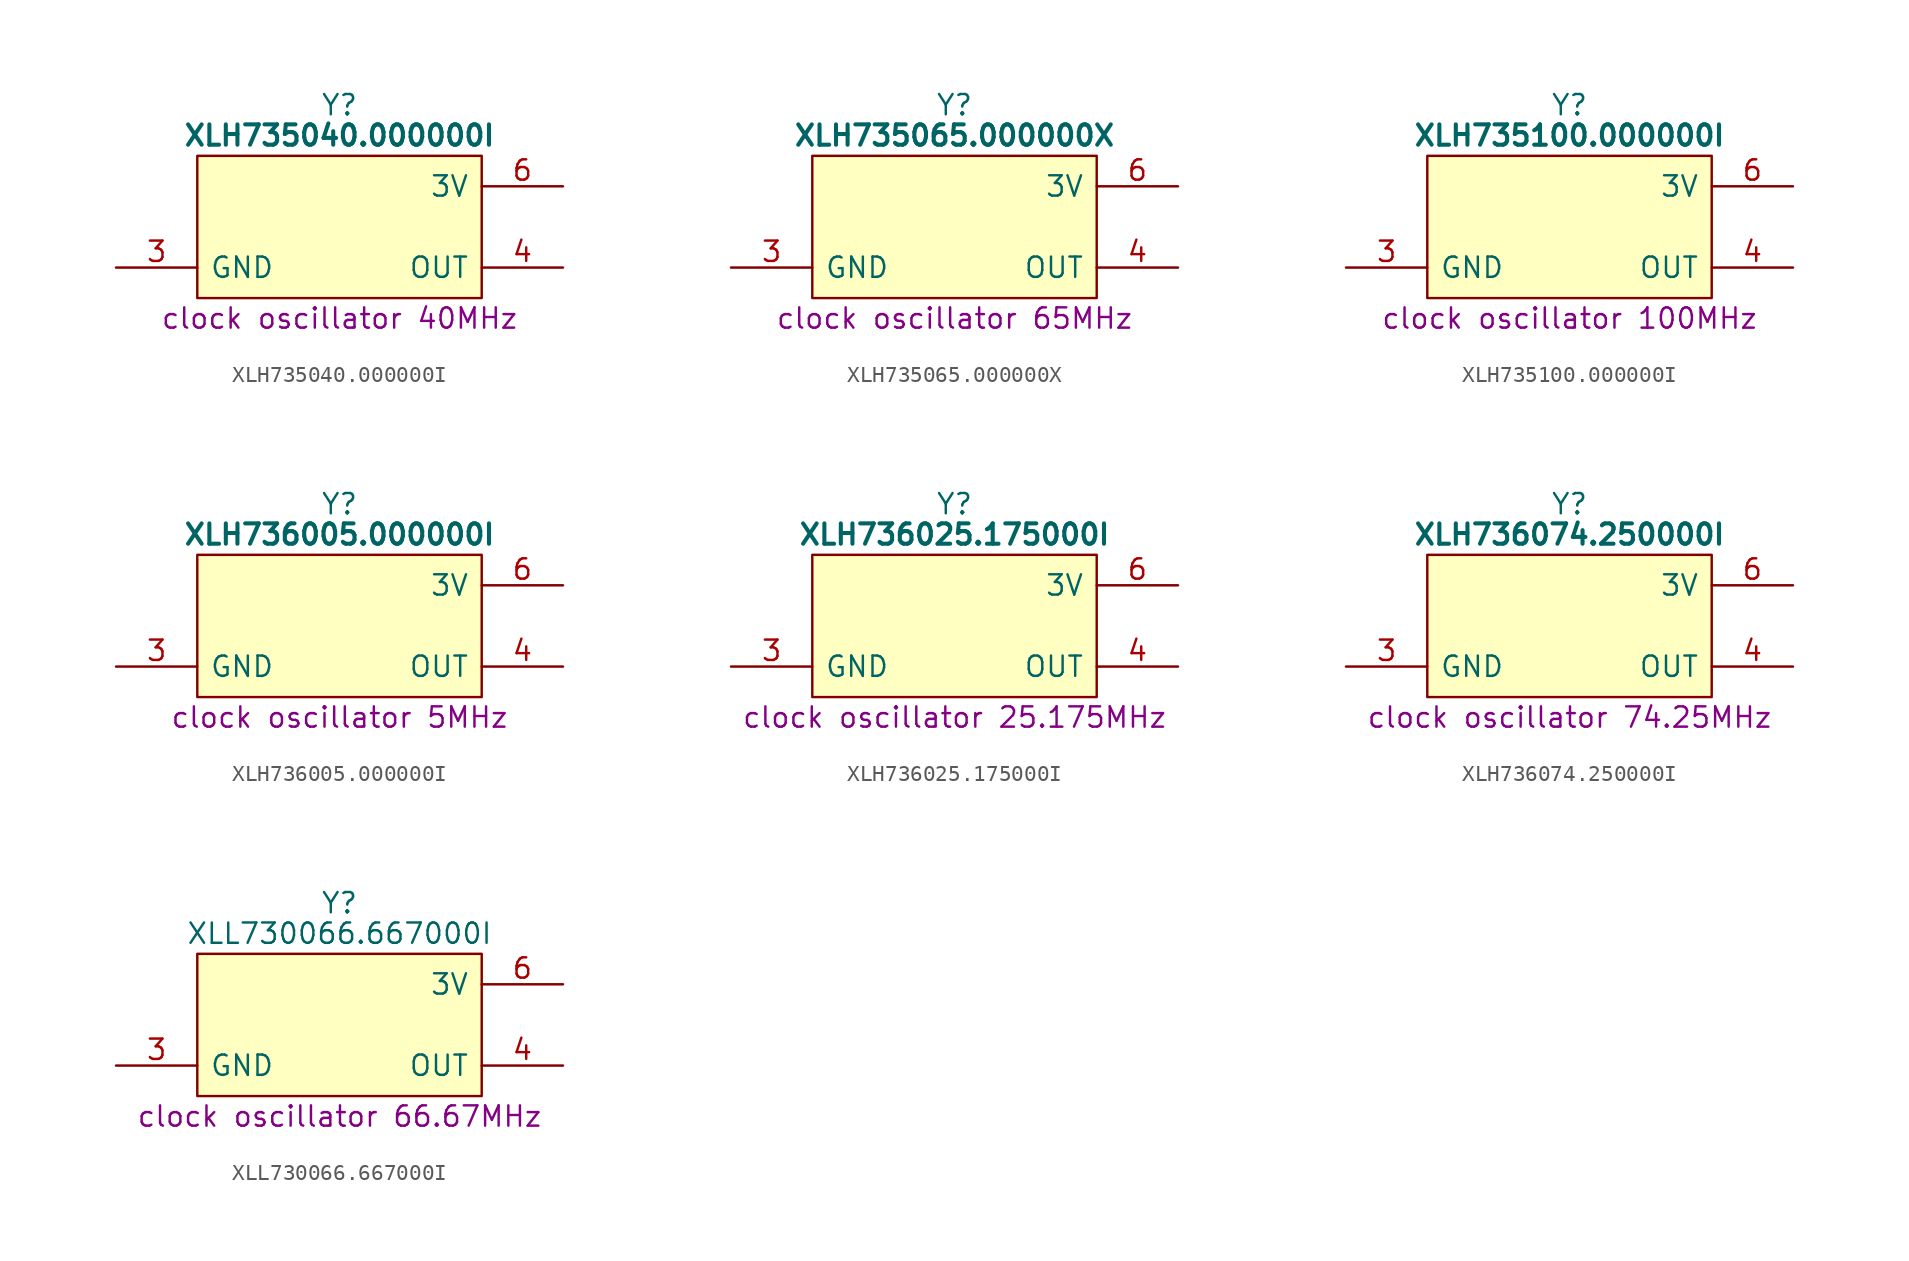
<source format=kicad_sym>
(kicad_symbol_lib
  (version 20220914)
  (generator kicad_symbol_editor)
  (symbol "XLH735040.000000I"
    (pin_names
      (offset 0.762))
    (property "Reference" "Y"
      (at 13.97 5.08 0)
      (effects (font (size 1.27 1.27))))
    (property "Value" "XLH735040.000000I"
      (at 13.97 3.175 0)
      (effects (font (size 1.27 1.27) bold)))
    (property "Description" "clock oscillator 40MHz"
      (at 13.97 -8.255 0)
      (effects (font (size 1.27 1.27))))
    (symbol "XLH735040.000000I_0_0"
      (pin no_connect line (at 0 0 0) (length 5.08) hide (name "E/D" (effects (font (size 1.27 1.27)))) (number "1" (effects (font (size 1.27 1.27)))))
      (pin no_connect line (at 0 -2.54 0) (length 5.08) hide (name "NC" (effects (font (size 1.27 1.27)))) (number "2" (effects (font (size 1.27 1.27)))))
      (pin output line (at 27.94 -5.08 180) (length 5.08) (name "OUT" (effects (font (size 1.27 1.27)))) (number "4" (effects (font (size 1.27 1.27)))))
      (pin no_connect line (at 27.94 -2.54 180) (length 5.08) hide (name "OUT2" (effects (font (size 1.27 1.27)))) (number "5" (effects (font (size 1.27 1.27))))))
    (symbol "XLH735040.000000I_0_1"
      (polyline (pts (xy 5.08 1.905) (xy 22.86 1.905) (xy 22.86 -6.985) (xy 5.08 -6.985) (xy 5.08 1.905)) (stroke (width 0.152) (type default)) (fill (type background))))
    (symbol "XLH735040.000000I_1_0"
      (pin passive line (at 0 -5.08 0) (length 5.08) (name "GND" (effects (font (size 1.27 1.27)))) (number "3" (effects (font (size 1.27 1.27)))))
      (pin passive line (at 27.94 0 180) (length 5.08) (name "3V" (effects (font (size 1.27 1.27)))) (number "6" (effects (font (size 1.27 1.27)))))))
  (symbol "XLH735065.000000X"
    (pin_names
      (offset 0.762))
    (property "Reference" "Y"
      (at 13.97 5.08 0)
      (effects (font (size 1.27 1.27))))
    (property "Value" "XLH735065.000000X"
      (at 13.97 3.175 0)
      (effects (font (size 1.27 1.27) bold)))
    (property "Description" "clock oscillator 65MHz"
      (at 13.97 -8.255 0)
      (effects (font (size 1.27 1.27))))
    (symbol "XLH735065.000000X_0_0"
      (pin no_connect line (at 0 0 0) (length 5.08) hide (name "E/D" (effects (font (size 1.27 1.27)))) (number "1" (effects (font (size 1.27 1.27)))))
      (pin no_connect line (at 0 -2.54 0) (length 5.08) hide (name "NC" (effects (font (size 1.27 1.27)))) (number "2" (effects (font (size 1.27 1.27)))))
      (pin output line (at 27.94 -5.08 180) (length 5.08) (name "OUT" (effects (font (size 1.27 1.27)))) (number "4" (effects (font (size 1.27 1.27)))))
      (pin no_connect line (at 27.94 -2.54 180) (length 5.08) hide (name "OUT2" (effects (font (size 1.27 1.27)))) (number "5" (effects (font (size 1.27 1.27))))))
    (symbol "XLH735065.000000X_0_1"
      (polyline (pts (xy 5.08 1.905) (xy 22.86 1.905) (xy 22.86 -6.985) (xy 5.08 -6.985) (xy 5.08 1.905)) (stroke (width 0.152) (type default)) (fill (type background))))
    (symbol "XLH735065.000000X_1_0"
      (pin passive line (at 0 -5.08 0) (length 5.08) (name "GND" (effects (font (size 1.27 1.27)))) (number "3" (effects (font (size 1.27 1.27)))))
      (pin passive line (at 27.94 0 180) (length 5.08) (name "3V" (effects (font (size 1.27 1.27)))) (number "6" (effects (font (size 1.27 1.27)))))))
  (symbol "XLH735100.000000I"
    (pin_names
      (offset 0.762))
    (property "Reference" "Y"
      (at 13.97 5.08 0)
      (effects (font (size 1.27 1.27))))
    (property "Value" "XLH735100.000000I"
      (at 13.97 3.175 0)
      (effects (font (size 1.27 1.27) bold)))
    (property "Description" "clock oscillator 100MHz"
      (at 13.97 -8.255 0)
      (effects (font (size 1.27 1.27))))
    (symbol "XLH735100.000000I_0_0"
      (pin no_connect line (at 0 0 0) (length 5.08) hide (name "E/D" (effects (font (size 1.27 1.27)))) (number "1" (effects (font (size 1.27 1.27)))))
      (pin no_connect line (at 0 -2.54 0) (length 5.08) hide (name "NC" (effects (font (size 1.27 1.27)))) (number "2" (effects (font (size 1.27 1.27)))))
      (pin output line (at 27.94 -5.08 180) (length 5.08) (name "OUT" (effects (font (size 1.27 1.27)))) (number "4" (effects (font (size 1.27 1.27)))))
      (pin no_connect line (at 27.94 -2.54 180) (length 5.08) hide (name "OUT2" (effects (font (size 1.27 1.27)))) (number "5" (effects (font (size 1.27 1.27))))))
    (symbol "XLH735100.000000I_0_1"
      (polyline (pts (xy 5.08 1.905) (xy 22.86 1.905) (xy 22.86 -6.985) (xy 5.08 -6.985) (xy 5.08 1.905)) (stroke (width 0.152) (type default)) (fill (type background))))
    (symbol "XLH735100.000000I_1_0"
      (pin passive line (at 0 -5.08 0) (length 5.08) (name "GND" (effects (font (size 1.27 1.27)))) (number "3" (effects (font (size 1.27 1.27)))))
      (pin passive line (at 27.94 0 180) (length 5.08) (name "3V" (effects (font (size 1.27 1.27)))) (number "6" (effects (font (size 1.27 1.27)))))))
  (symbol "XLH736005.000000I"
    (pin_names
      (offset 0.762))
    (property "Reference" "Y"
      (at 13.97 5.08 0)
      (effects (font (size 1.27 1.27))))
    (property "Value" "XLH736005.000000I"
      (at 13.97 3.175 0)
      (effects (font (size 1.27 1.27) bold)))
    (property "Description" "clock oscillator 5MHz"
      (at 13.97 -8.255 0)
      (effects (font (size 1.27 1.27))))
    (symbol "XLH736005.000000I_0_0"
      (pin no_connect line (at 0 0 0) (length 5.08) hide (name "E/D" (effects (font (size 1.27 1.27)))) (number "1" (effects (font (size 1.27 1.27)))))
      (pin no_connect line (at 0 -2.54 0) (length 5.08) hide (name "NC" (effects (font (size 1.27 1.27)))) (number "2" (effects (font (size 1.27 1.27)))))
      (pin output line (at 27.94 -5.08 180) (length 5.08) (name "OUT" (effects (font (size 1.27 1.27)))) (number "4" (effects (font (size 1.27 1.27)))))
      (pin no_connect line (at 27.94 -2.54 180) (length 5.08) hide (name "OUT2" (effects (font (size 1.27 1.27)))) (number "5" (effects (font (size 1.27 1.27))))))
    (symbol "XLH736005.000000I_0_1"
      (polyline (pts (xy 5.08 1.905) (xy 22.86 1.905) (xy 22.86 -6.985) (xy 5.08 -6.985) (xy 5.08 1.905)) (stroke (width 0.152) (type default)) (fill (type background))))
    (symbol "XLH736005.000000I_1_0"
      (pin passive line (at 0 -5.08 0) (length 5.08) (name "GND" (effects (font (size 1.27 1.27)))) (number "3" (effects (font (size 1.27 1.27)))))
      (pin passive line (at 27.94 0 180) (length 5.08) (name "3V" (effects (font (size 1.27 1.27)))) (number "6" (effects (font (size 1.27 1.27)))))))
  (symbol "XLH736025.175000I"
    (pin_names
      (offset 0.762))
    (property "Reference" "Y"
      (at 13.97 5.08 0)
      (effects (font (size 1.27 1.27))))
    (property "Value" "XLH736025.175000I "
      (at 13.97 3.175 0)
      (effects (font (size 1.27 1.27) bold)))
    (property "Description" "clock oscillator 25.175MHz"
      (at 13.97 -8.255 0)
      (effects (font (size 1.27 1.27))))
    (symbol "XLH736025.175000I_0_0"
      (pin no_connect line (at 0 0 0) (length 5.08) hide (name "E/D" (effects (font (size 1.27 1.27)))) (number "1" (effects (font (size 1.27 1.27)))))
      (pin no_connect line (at 0 -2.54 0) (length 5.08) hide (name "NC" (effects (font (size 1.27 1.27)))) (number "2" (effects (font (size 1.27 1.27)))))
      (pin output line (at 27.94 -5.08 180) (length 5.08) (name "OUT" (effects (font (size 1.27 1.27)))) (number "4" (effects (font (size 1.27 1.27)))))
      (pin no_connect line (at 27.94 -2.54 180) (length 5.08) hide (name "OUT2" (effects (font (size 1.27 1.27)))) (number "5" (effects (font (size 1.27 1.27))))))
    (symbol "XLH736025.175000I_0_1"
      (polyline (pts (xy 5.08 1.905) (xy 22.86 1.905) (xy 22.86 -6.985) (xy 5.08 -6.985) (xy 5.08 1.905)) (stroke (width 0.152) (type default)) (fill (type background))))
    (symbol "XLH736025.175000I_1_0"
      (pin passive line (at 0 -5.08 0) (length 5.08) (name "GND" (effects (font (size 1.27 1.27)))) (number "3" (effects (font (size 1.27 1.27)))))
      (pin passive line (at 27.94 0 180) (length 5.08) (name "3V" (effects (font (size 1.27 1.27)))) (number "6" (effects (font (size 1.27 1.27)))))))
  (symbol "XLH736074.250000I"
    (pin_names
      (offset 0.762))
    (property "Reference" "Y"
      (at 13.97 5.08 0)
      (effects (font (size 1.27 1.27))))
    (property "Value" "XLH736074.250000I"
      (at 13.97 3.175 0)
      (effects (font (size 1.27 1.27) bold)))
    (property "Description" "clock oscillator 74.25MHz"
      (at 13.97 -8.255 0)
      (effects (font (size 1.27 1.27))))
    (symbol "XLH736074.250000I_0_0"
      (pin no_connect line (at 0 0 0) (length 5.08) hide (name "E/D" (effects (font (size 1.27 1.27)))) (number "1" (effects (font (size 1.27 1.27)))))
      (pin no_connect line (at 0 -2.54 0) (length 5.08) hide (name "NC" (effects (font (size 1.27 1.27)))) (number "2" (effects (font (size 1.27 1.27)))))
      (pin output line (at 27.94 -5.08 180) (length 5.08) (name "OUT" (effects (font (size 1.27 1.27)))) (number "4" (effects (font (size 1.27 1.27)))))
      (pin no_connect line (at 27.94 -2.54 180) (length 5.08) hide (name "OUT2" (effects (font (size 1.27 1.27)))) (number "5" (effects (font (size 1.27 1.27))))))
    (symbol "XLH736074.250000I_0_1"
      (polyline (pts (xy 5.08 1.905) (xy 22.86 1.905) (xy 22.86 -6.985) (xy 5.08 -6.985) (xy 5.08 1.905)) (stroke (width 0.152) (type default)) (fill (type background))))
    (symbol "XLH736074.250000I_1_0"
      (pin passive line (at 0 -5.08 0) (length 5.08) (name "GND" (effects (font (size 1.27 1.27)))) (number "3" (effects (font (size 1.27 1.27)))))
      (pin passive line (at 27.94 0 180) (length 5.08) (name "3V" (effects (font (size 1.27 1.27)))) (number "6" (effects (font (size 1.27 1.27)))))))
  (symbol "XLL730066.667000I"
    (pin_names
      (offset 0.762))
    (property "Reference" "Y"
      (at 13.97 5.08 0)
      (effects (font (size 1.27 1.27))))
    (property "Value" "XLL730066.667000I"
      (at 13.97 3.175 0)
      (effects (font (size 1.27 1.27))))
    (property "Description" "clock oscillator 66.67MHz"
      (at 13.97 -8.255 0)
      (effects (font (size 1.27 1.27))))
    (symbol "XLL730066.667000I_0_0"
      (pin no_connect line (at 0 0 0) (length 5.08) hide (name "E/D" (effects (font (size 1.27 1.27)))) (number "1" (effects (font (size 1.27 1.27)))))
      (pin no_connect line (at 0 -2.54 0) (length 5.08) hide (name "NC" (effects (font (size 1.27 1.27)))) (number "2" (effects (font (size 1.27 1.27)))))
      (pin output line (at 27.94 -5.08 180) (length 5.08) (name "OUT" (effects (font (size 1.27 1.27)))) (number "4" (effects (font (size 1.27 1.27)))))
      (pin no_connect line (at 27.94 -2.54 180) (length 5.08) hide (name "OUT2" (effects (font (size 1.27 1.27)))) (number "5" (effects (font (size 1.27 1.27))))))
    (symbol "XLL730066.667000I_0_1"
      (polyline (pts (xy 5.08 1.905) (xy 22.86 1.905) (xy 22.86 -6.985) (xy 5.08 -6.985) (xy 5.08 1.905)) (stroke (width 0.152) (type default)) (fill (type background))))
    (symbol "XLL730066.667000I_1_0"
      (pin passive line (at 0 -5.08 0) (length 5.08) (name "GND" (effects (font (size 1.27 1.27)))) (number "3" (effects (font (size 1.27 1.27)))))
      (pin passive line (at 27.94 0 180) (length 5.08) (name "3V" (effects (font (size 1.27 1.27)))) (number "6" (effects (font (size 1.27 1.27))))))))
</source>
